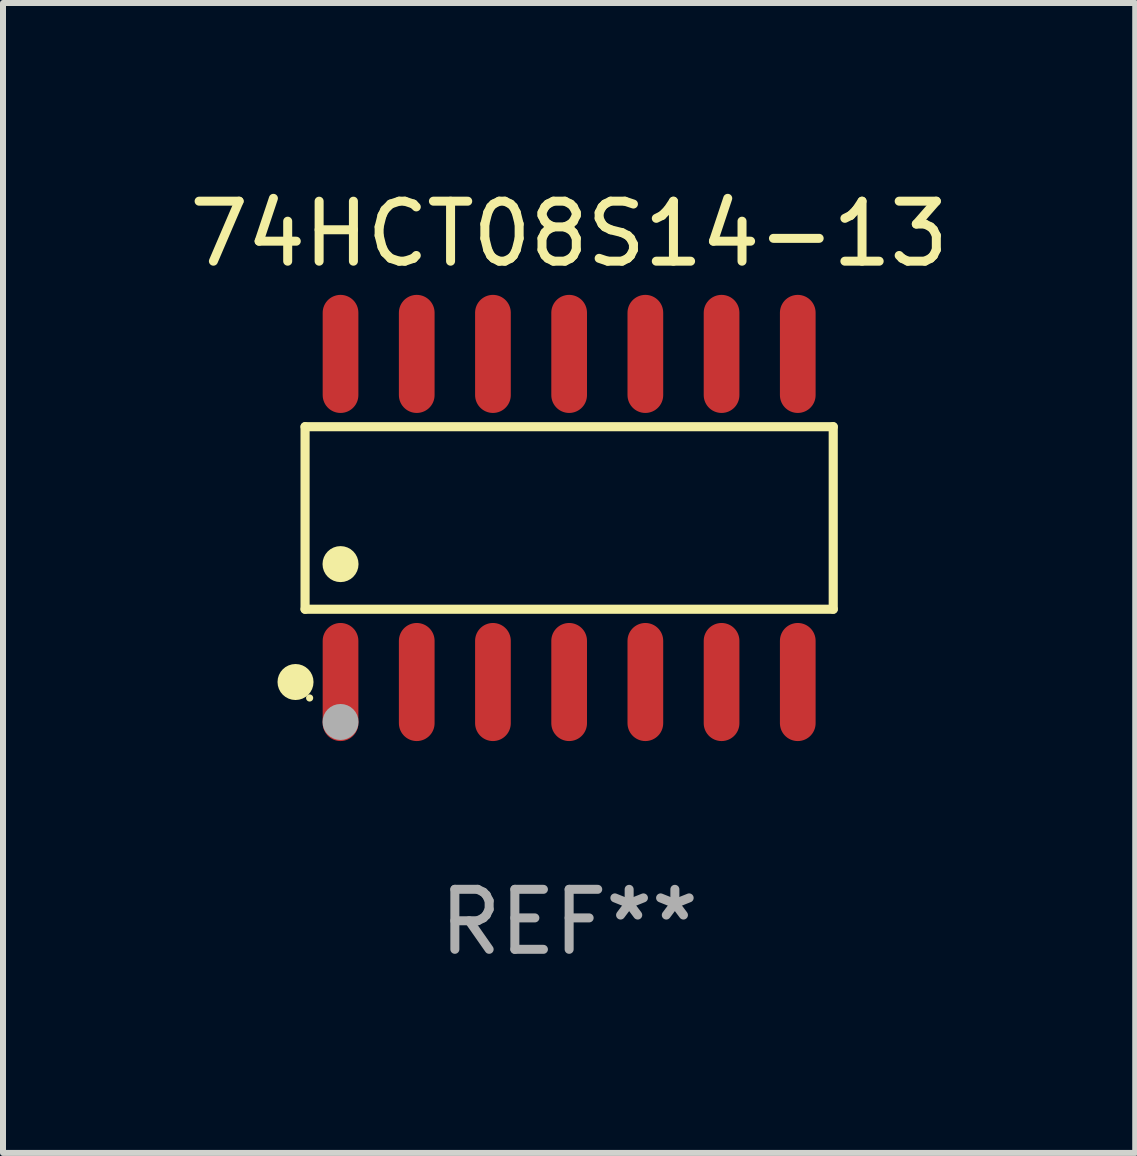
<source format=kicad_pcb>
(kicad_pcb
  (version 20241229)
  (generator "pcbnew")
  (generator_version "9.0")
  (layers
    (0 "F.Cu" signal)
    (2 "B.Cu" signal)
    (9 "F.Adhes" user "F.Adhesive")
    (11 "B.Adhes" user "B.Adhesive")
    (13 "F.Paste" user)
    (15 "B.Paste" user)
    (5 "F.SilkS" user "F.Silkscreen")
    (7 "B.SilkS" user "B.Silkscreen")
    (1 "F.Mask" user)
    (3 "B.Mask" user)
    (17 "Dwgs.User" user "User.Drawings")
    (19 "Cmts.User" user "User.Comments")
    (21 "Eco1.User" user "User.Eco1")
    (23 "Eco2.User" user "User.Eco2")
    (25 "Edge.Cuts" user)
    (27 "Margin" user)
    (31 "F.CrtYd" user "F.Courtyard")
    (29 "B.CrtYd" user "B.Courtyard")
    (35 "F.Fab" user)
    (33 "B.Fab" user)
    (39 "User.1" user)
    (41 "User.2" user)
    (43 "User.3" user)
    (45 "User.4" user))
  (footprint "74HCT08S14-13"
    (layer "F.Cu")
    (at 6.435 5.582)
    (property "Reference" "74HCT08S14-13" (at 0 -4.734 0) (layer "F.SilkS") (effects (font (size 1 1) (thickness 0.15))))
    (attr through_hole)
    (fp_line (start -4.401 -1.521) (end 4.401 -1.521) (stroke (width 0.152) (type solid)) (layer "F.SilkS"))
    (fp_line (start -4.401 1.521) (end -4.401 -1.521) (stroke (width 0.152) (type solid)) (layer "F.SilkS"))
    (fp_line (start 4.401 -1.521) (end 4.401 1.521) (stroke (width 0.152) (type solid)) (layer "F.SilkS"))
    (fp_line (start 4.401 1.521) (end -4.401 1.521) (stroke (width 0.152) (type solid)) (layer "F.SilkS"))
    (fp_circle (center -4.56 2.734) (end -4.41 2.734) (stroke (width 0.3) (type solid)) (fill no) (layer "F.SilkS"))
    (fp_circle (center -4.325 3) (end -4.295 3) (stroke (width 0.06) (type solid)) (fill no) (layer "F.SilkS"))
    (fp_circle (center -3.81 0.769) (end -3.66 0.769) (stroke (width 0.3) (type solid)) (fill no) (layer "F.SilkS"))
    (fp_circle (center -3.81 3.4) (end -3.66 3.4) (stroke (width 0.3) (type solid)) (fill no) (layer "F.Fab"))
    (fp_text user "REF**" (at 0 6.734 0) (layer "F.Fab") (effects (font (size 1 1) (thickness 0.15))))
    (pad "1" smd oval (at -3.81 2.734) (size 0.595 1.968) (layers "F.Cu" "F.Mask" "F.Paste"))
    (pad "2" smd oval (at -2.54 2.734) (size 0.595 1.968) (layers "F.Cu" "F.Mask" "F.Paste"))
    (pad "3" smd oval (at -1.27 2.734) (size 0.595 1.968) (layers "F.Cu" "F.Mask" "F.Paste"))
    (pad "4" smd oval (at 0 2.734) (size 0.595 1.968) (layers "F.Cu" "F.Mask" "F.Paste"))
    (pad "5" smd oval (at 1.27 2.734) (size 0.595 1.968) (layers "F.Cu" "F.Mask" "F.Paste"))
    (pad "6" smd oval (at 2.54 2.734) (size 0.595 1.968) (layers "F.Cu" "F.Mask" "F.Paste"))
    (pad "7" smd oval (at 3.81 2.734) (size 0.595 1.968) (layers "F.Cu" "F.Mask" "F.Paste"))
    (pad "8" smd oval (at 3.81 -2.734) (size 0.595 1.968) (layers "F.Cu" "F.Mask" "F.Paste"))
    (pad "9" smd oval (at 2.54 -2.734) (size 0.595 1.968) (layers "F.Cu" "F.Mask" "F.Paste"))
    (pad "10" smd oval (at 1.27 -2.734) (size 0.595 1.968) (layers "F.Cu" "F.Mask" "F.Paste"))
    (pad "11" smd oval (at 0 -2.734) (size 0.595 1.968) (layers "F.Cu" "F.Mask" "F.Paste"))
    (pad "12" smd oval (at -1.27 -2.734) (size 0.595 1.968) (layers "F.Cu" "F.Mask" "F.Paste"))
    (pad "13" smd oval (at -2.54 -2.734) (size 0.595 1.968) (layers "F.Cu" "F.Mask" "F.Paste"))
    (pad "14" smd oval (at -3.81 -2.734) (size 0.595 1.968) (layers "F.Cu" "F.Mask" "F.Paste")))
  (gr_rect
    (start -3 -3)
    (end 15.869 16.164)
    (stroke (width 0.1) (type default))
    (fill no)
    (layer "Edge.Cuts")))
</source>
